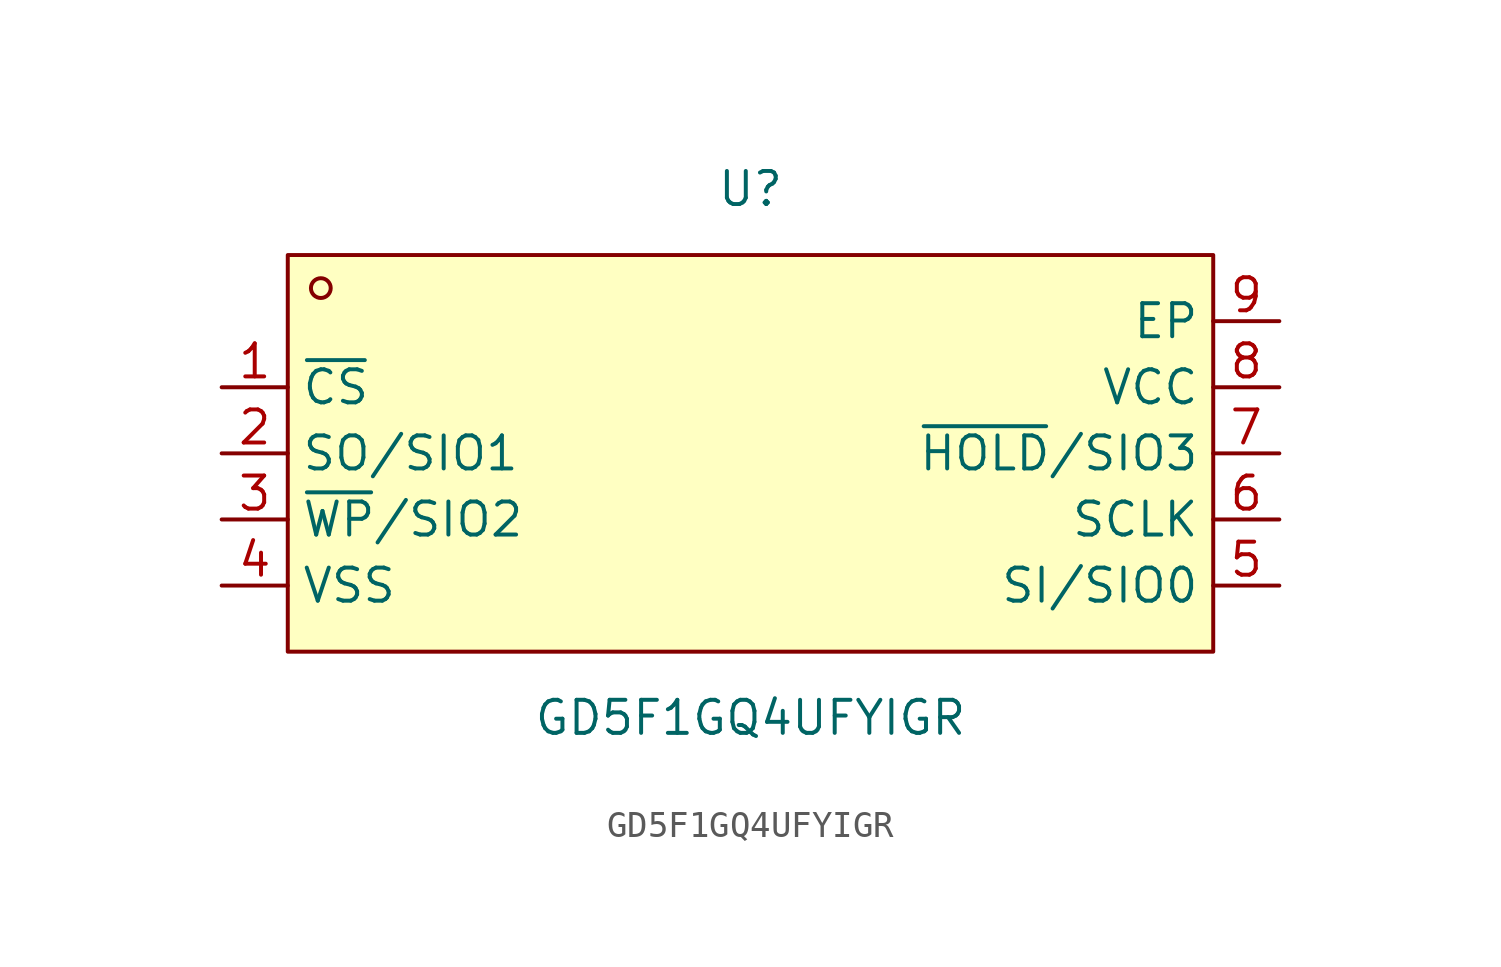
<source format=kicad_sym>
(kicad_symbol_lib
  (version 20211014)
  (generator https://github.com/uPesy/easyeda2kicad.py)
  (symbol "GD5F1GQ4UFYIGR"
    (property "Reference" "U"
      (at 0 10.16 0)
      (effects (font (size 1.27 1.27))))
    (property "Value" "GD5F1GQ4UFYIGR"
      (at 0 -10.16 0)
      (effects (font (size 1.27 1.27))))
    (symbol "GD5F1GQ4UFYIGR_0_1"
      (rectangle (start -17.78 7.62) (end 17.78 -7.62) (stroke (width 0) (type default) (color 0 0 0 0)) (fill (type background)))
      (circle (center -16.51 6.35) (radius 0.38) (stroke (width 0) (type default) (color 0 0 0 0)) (fill (type none)))
      (pin unspecified line (at 20.32 5.08 180) (length 2.54) (name "EP" (effects (font (size 1.27 1.27)))) (number "9" (effects (font (size 1.27 1.27)))))
      (pin unspecified line (at 20.32 2.54 180) (length 2.54) (name "VCC" (effects (font (size 1.27 1.27)))) (number "8" (effects (font (size 1.27 1.27)))))
      (pin unspecified line (at 20.32 -0.00 180) (length 2.54) (name "~{HOLD}/SIO3" (effects (font (size 1.27 1.27)))) (number "7" (effects (font (size 1.27 1.27)))))
      (pin unspecified line (at 20.32 -2.54 180) (length 2.54) (name "SCLK" (effects (font (size 1.27 1.27)))) (number "6" (effects (font (size 1.27 1.27)))))
      (pin unspecified line (at 20.32 -5.08 180) (length 2.54) (name "SI/SIO0" (effects (font (size 1.27 1.27)))) (number "5" (effects (font (size 1.27 1.27)))))
      (pin unspecified line (at -20.32 -5.08 0) (length 2.54) (name "VSS" (effects (font (size 1.27 1.27)))) (number "4" (effects (font (size 1.27 1.27)))))
      (pin unspecified line (at -20.32 -2.54 0) (length 2.54) (name "~{WP}/SIO2" (effects (font (size 1.27 1.27)))) (number "3" (effects (font (size 1.27 1.27)))))
      (pin unspecified line (at -20.32 -0.00 0) (length 2.54) (name "SO/SIO1" (effects (font (size 1.27 1.27)))) (number "2" (effects (font (size 1.27 1.27)))))
      (pin unspecified line (at -20.32 2.54 0) (length 2.54) (name "~{CS}" (effects (font (size 1.27 1.27)))) (number "1" (effects (font (size 1.27 1.27))))))))
</source>
